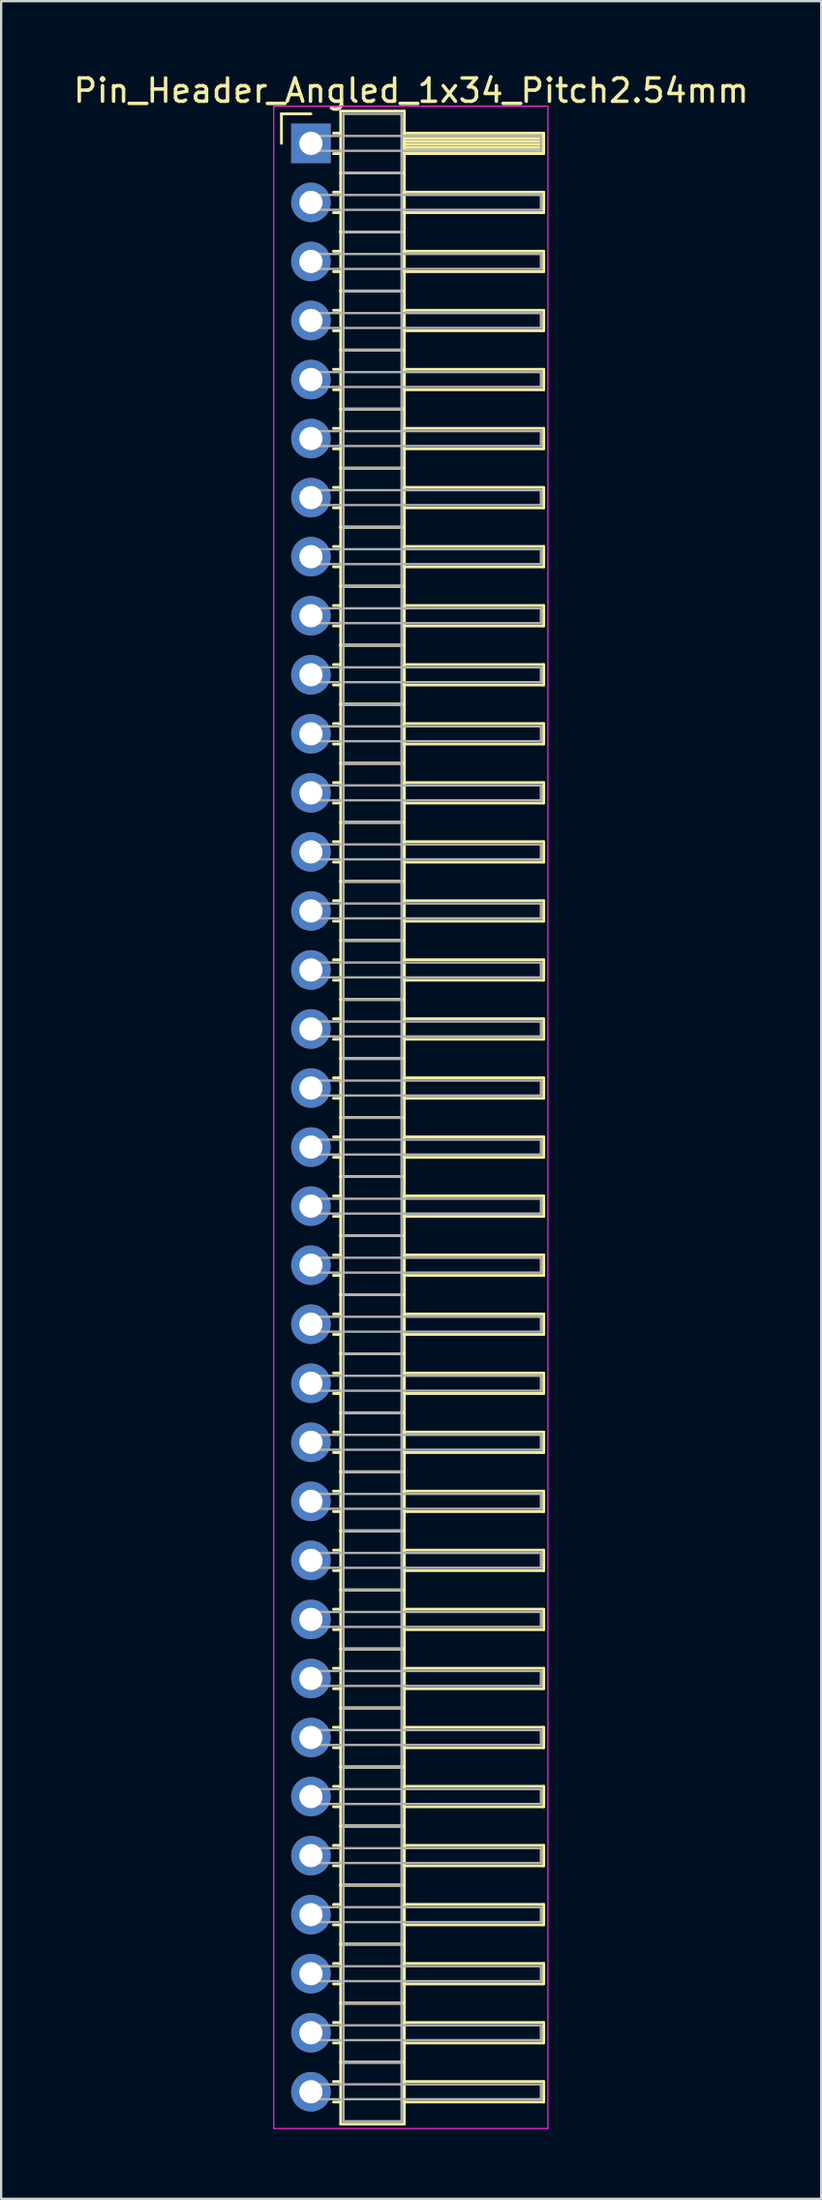
<source format=kicad_pcb>
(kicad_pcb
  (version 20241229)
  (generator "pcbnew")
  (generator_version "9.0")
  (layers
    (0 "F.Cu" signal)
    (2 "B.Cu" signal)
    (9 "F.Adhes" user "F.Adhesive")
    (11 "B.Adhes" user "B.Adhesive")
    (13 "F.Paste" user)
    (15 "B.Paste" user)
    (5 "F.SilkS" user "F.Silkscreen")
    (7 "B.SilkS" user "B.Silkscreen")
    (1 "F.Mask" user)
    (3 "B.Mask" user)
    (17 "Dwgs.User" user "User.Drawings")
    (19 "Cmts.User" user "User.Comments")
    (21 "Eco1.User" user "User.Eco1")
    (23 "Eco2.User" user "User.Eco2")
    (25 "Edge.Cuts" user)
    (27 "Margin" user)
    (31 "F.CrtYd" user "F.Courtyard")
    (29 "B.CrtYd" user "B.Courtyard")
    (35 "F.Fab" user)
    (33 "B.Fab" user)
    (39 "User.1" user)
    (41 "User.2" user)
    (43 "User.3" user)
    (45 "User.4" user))
  (footprint "Pin_Header_Angled_1x34_Pitch2.54mm"
    (layer "F.Cu")
    (at 10.334 3.118)
    (property "Reference" "Pin_Header_Angled_1x34_Pitch2.54mm" (at 4.315 -2.27 0) (layer "F.SilkS") (effects (font (size 1 1) (thickness 0.15))))
    (attr through_hole)
    (fp_line (start -1.27 -1.27) (end 0 -1.27) (stroke (width 0.12) (type solid)) (layer "F.SilkS"))
    (fp_line (start -1.27 0) (end -1.27 -1.27) (stroke (width 0.12) (type solid)) (layer "F.SilkS"))
    (fp_line (start 0.97 -0.44) (end 1.28 -0.44) (stroke (width 0.12) (type solid)) (layer "F.SilkS"))
    (fp_line (start 0.97 0.44) (end 1.28 0.44) (stroke (width 0.12) (type solid)) (layer "F.SilkS"))
    (fp_line (start 0.97 2.1) (end 1.28 2.1) (stroke (width 0.12) (type solid)) (layer "F.SilkS"))
    (fp_line (start 0.97 2.98) (end 1.28 2.98) (stroke (width 0.12) (type solid)) (layer "F.SilkS"))
    (fp_line (start 0.97 4.64) (end 1.28 4.64) (stroke (width 0.12) (type solid)) (layer "F.SilkS"))
    (fp_line (start 0.97 5.52) (end 1.28 5.52) (stroke (width 0.12) (type solid)) (layer "F.SilkS"))
    (fp_line (start 0.97 7.18) (end 1.28 7.18) (stroke (width 0.12) (type solid)) (layer "F.SilkS"))
    (fp_line (start 0.97 8.06) (end 1.28 8.06) (stroke (width 0.12) (type solid)) (layer "F.SilkS"))
    (fp_line (start 0.97 9.72) (end 1.28 9.72) (stroke (width 0.12) (type solid)) (layer "F.SilkS"))
    (fp_line (start 0.97 10.6) (end 1.28 10.6) (stroke (width 0.12) (type solid)) (layer "F.SilkS"))
    (fp_line (start 0.97 12.26) (end 1.28 12.26) (stroke (width 0.12) (type solid)) (layer "F.SilkS"))
    (fp_line (start 0.97 13.14) (end 1.28 13.14) (stroke (width 0.12) (type solid)) (layer "F.SilkS"))
    (fp_line (start 0.97 14.8) (end 1.28 14.8) (stroke (width 0.12) (type solid)) (layer "F.SilkS"))
    (fp_line (start 0.97 15.68) (end 1.28 15.68) (stroke (width 0.12) (type solid)) (layer "F.SilkS"))
    (fp_line (start 0.97 17.34) (end 1.28 17.34) (stroke (width 0.12) (type solid)) (layer "F.SilkS"))
    (fp_line (start 0.97 18.22) (end 1.28 18.22) (stroke (width 0.12) (type solid)) (layer "F.SilkS"))
    (fp_line (start 0.97 19.88) (end 1.28 19.88) (stroke (width 0.12) (type solid)) (layer "F.SilkS"))
    (fp_line (start 0.97 20.76) (end 1.28 20.76) (stroke (width 0.12) (type solid)) (layer "F.SilkS"))
    (fp_line (start 0.97 22.42) (end 1.28 22.42) (stroke (width 0.12) (type solid)) (layer "F.SilkS"))
    (fp_line (start 0.97 23.3) (end 1.28 23.3) (stroke (width 0.12) (type solid)) (layer "F.SilkS"))
    (fp_line (start 0.97 24.96) (end 1.28 24.96) (stroke (width 0.12) (type solid)) (layer "F.SilkS"))
    (fp_line (start 0.97 25.84) (end 1.28 25.84) (stroke (width 0.12) (type solid)) (layer "F.SilkS"))
    (fp_line (start 0.97 27.5) (end 1.28 27.5) (stroke (width 0.12) (type solid)) (layer "F.SilkS"))
    (fp_line (start 0.97 28.38) (end 1.28 28.38) (stroke (width 0.12) (type solid)) (layer "F.SilkS"))
    (fp_line (start 0.97 30.04) (end 1.28 30.04) (stroke (width 0.12) (type solid)) (layer "F.SilkS"))
    (fp_line (start 0.97 30.92) (end 1.28 30.92) (stroke (width 0.12) (type solid)) (layer "F.SilkS"))
    (fp_line (start 0.97 32.58) (end 1.28 32.58) (stroke (width 0.12) (type solid)) (layer "F.SilkS"))
    (fp_line (start 0.97 33.46) (end 1.28 33.46) (stroke (width 0.12) (type solid)) (layer "F.SilkS"))
    (fp_line (start 0.97 35.12) (end 1.28 35.12) (stroke (width 0.12) (type solid)) (layer "F.SilkS"))
    (fp_line (start 0.97 36) (end 1.28 36) (stroke (width 0.12) (type solid)) (layer "F.SilkS"))
    (fp_line (start 0.97 37.66) (end 1.28 37.66) (stroke (width 0.12) (type solid)) (layer "F.SilkS"))
    (fp_line (start 0.97 38.54) (end 1.28 38.54) (stroke (width 0.12) (type solid)) (layer "F.SilkS"))
    (fp_line (start 0.97 40.2) (end 1.28 40.2) (stroke (width 0.12) (type solid)) (layer "F.SilkS"))
    (fp_line (start 0.97 41.08) (end 1.28 41.08) (stroke (width 0.12) (type solid)) (layer "F.SilkS"))
    (fp_line (start 0.97 42.74) (end 1.28 42.74) (stroke (width 0.12) (type solid)) (layer "F.SilkS"))
    (fp_line (start 0.97 43.62) (end 1.28 43.62) (stroke (width 0.12) (type solid)) (layer "F.SilkS"))
    (fp_line (start 0.97 45.28) (end 1.28 45.28) (stroke (width 0.12) (type solid)) (layer "F.SilkS"))
    (fp_line (start 0.97 46.16) (end 1.28 46.16) (stroke (width 0.12) (type solid)) (layer "F.SilkS"))
    (fp_line (start 0.97 47.82) (end 1.28 47.82) (stroke (width 0.12) (type solid)) (layer "F.SilkS"))
    (fp_line (start 0.97 48.7) (end 1.28 48.7) (stroke (width 0.12) (type solid)) (layer "F.SilkS"))
    (fp_line (start 0.97 50.36) (end 1.28 50.36) (stroke (width 0.12) (type solid)) (layer "F.SilkS"))
    (fp_line (start 0.97 51.24) (end 1.28 51.24) (stroke (width 0.12) (type solid)) (layer "F.SilkS"))
    (fp_line (start 0.97 52.9) (end 1.28 52.9) (stroke (width 0.12) (type solid)) (layer "F.SilkS"))
    (fp_line (start 0.97 53.78) (end 1.28 53.78) (stroke (width 0.12) (type solid)) (layer "F.SilkS"))
    (fp_line (start 0.97 55.44) (end 1.28 55.44) (stroke (width 0.12) (type solid)) (layer "F.SilkS"))
    (fp_line (start 0.97 56.32) (end 1.28 56.32) (stroke (width 0.12) (type solid)) (layer "F.SilkS"))
    (fp_line (start 0.97 57.98) (end 1.28 57.98) (stroke (width 0.12) (type solid)) (layer "F.SilkS"))
    (fp_line (start 0.97 58.86) (end 1.28 58.86) (stroke (width 0.12) (type solid)) (layer "F.SilkS"))
    (fp_line (start 0.97 60.52) (end 1.28 60.52) (stroke (width 0.12) (type solid)) (layer "F.SilkS"))
    (fp_line (start 0.97 61.4) (end 1.28 61.4) (stroke (width 0.12) (type solid)) (layer "F.SilkS"))
    (fp_line (start 0.97 63.06) (end 1.28 63.06) (stroke (width 0.12) (type solid)) (layer "F.SilkS"))
    (fp_line (start 0.97 63.94) (end 1.28 63.94) (stroke (width 0.12) (type solid)) (layer "F.SilkS"))
    (fp_line (start 0.97 65.6) (end 1.28 65.6) (stroke (width 0.12) (type solid)) (layer "F.SilkS"))
    (fp_line (start 0.97 66.48) (end 1.28 66.48) (stroke (width 0.12) (type solid)) (layer "F.SilkS"))
    (fp_line (start 0.97 68.14) (end 1.28 68.14) (stroke (width 0.12) (type solid)) (layer "F.SilkS"))
    (fp_line (start 0.97 69.02) (end 1.28 69.02) (stroke (width 0.12) (type solid)) (layer "F.SilkS"))
    (fp_line (start 0.97 70.68) (end 1.28 70.68) (stroke (width 0.12) (type solid)) (layer "F.SilkS"))
    (fp_line (start 0.97 71.56) (end 1.28 71.56) (stroke (width 0.12) (type solid)) (layer "F.SilkS"))
    (fp_line (start 0.97 73.22) (end 1.28 73.22) (stroke (width 0.12) (type solid)) (layer "F.SilkS"))
    (fp_line (start 0.97 74.1) (end 1.28 74.1) (stroke (width 0.12) (type solid)) (layer "F.SilkS"))
    (fp_line (start 0.97 75.76) (end 1.28 75.76) (stroke (width 0.12) (type solid)) (layer "F.SilkS"))
    (fp_line (start 0.97 76.64) (end 1.28 76.64) (stroke (width 0.12) (type solid)) (layer "F.SilkS"))
    (fp_line (start 0.97 78.3) (end 1.28 78.3) (stroke (width 0.12) (type solid)) (layer "F.SilkS"))
    (fp_line (start 0.97 79.18) (end 1.28 79.18) (stroke (width 0.12) (type solid)) (layer "F.SilkS"))
    (fp_line (start 0.97 80.84) (end 1.28 80.84) (stroke (width 0.12) (type solid)) (layer "F.SilkS"))
    (fp_line (start 0.97 81.72) (end 1.28 81.72) (stroke (width 0.12) (type solid)) (layer "F.SilkS"))
    (fp_line (start 0.97 83.38) (end 1.28 83.38) (stroke (width 0.12) (type solid)) (layer "F.SilkS"))
    (fp_line (start 0.97 84.26) (end 1.28 84.26) (stroke (width 0.12) (type solid)) (layer "F.SilkS"))
    (fp_line (start 1.28 -1.39) (end 1.28 1.27) (stroke (width 0.12) (type solid)) (layer "F.SilkS"))
    (fp_line (start 1.28 1.27) (end 1.28 3.81) (stroke (width 0.12) (type solid)) (layer "F.SilkS"))
    (fp_line (start 1.28 1.27) (end 4.02 1.27) (stroke (width 0.12) (type solid)) (layer "F.SilkS"))
    (fp_line (start 1.28 3.81) (end 1.28 6.35) (stroke (width 0.12) (type solid)) (layer "F.SilkS"))
    (fp_line (start 1.28 3.81) (end 4.02 3.81) (stroke (width 0.12) (type solid)) (layer "F.SilkS"))
    (fp_line (start 1.28 6.35) (end 1.28 8.89) (stroke (width 0.12) (type solid)) (layer "F.SilkS"))
    (fp_line (start 1.28 6.35) (end 4.02 6.35) (stroke (width 0.12) (type solid)) (layer "F.SilkS"))
    (fp_line (start 1.28 8.89) (end 1.28 11.43) (stroke (width 0.12) (type solid)) (layer "F.SilkS"))
    (fp_line (start 1.28 8.89) (end 4.02 8.89) (stroke (width 0.12) (type solid)) (layer "F.SilkS"))
    (fp_line (start 1.28 11.43) (end 1.28 13.97) (stroke (width 0.12) (type solid)) (layer "F.SilkS"))
    (fp_line (start 1.28 11.43) (end 4.02 11.43) (stroke (width 0.12) (type solid)) (layer "F.SilkS"))
    (fp_line (start 1.28 13.97) (end 1.28 16.51) (stroke (width 0.12) (type solid)) (layer "F.SilkS"))
    (fp_line (start 1.28 13.97) (end 4.02 13.97) (stroke (width 0.12) (type solid)) (layer "F.SilkS"))
    (fp_line (start 1.28 16.51) (end 1.28 19.05) (stroke (width 0.12) (type solid)) (layer "F.SilkS"))
    (fp_line (start 1.28 16.51) (end 4.02 16.51) (stroke (width 0.12) (type solid)) (layer "F.SilkS"))
    (fp_line (start 1.28 19.05) (end 1.28 21.59) (stroke (width 0.12) (type solid)) (layer "F.SilkS"))
    (fp_line (start 1.28 19.05) (end 4.02 19.05) (stroke (width 0.12) (type solid)) (layer "F.SilkS"))
    (fp_line (start 1.28 21.59) (end 1.28 24.13) (stroke (width 0.12) (type solid)) (layer "F.SilkS"))
    (fp_line (start 1.28 21.59) (end 4.02 21.59) (stroke (width 0.12) (type solid)) (layer "F.SilkS"))
    (fp_line (start 1.28 24.13) (end 1.28 26.67) (stroke (width 0.12) (type solid)) (layer "F.SilkS"))
    (fp_line (start 1.28 24.13) (end 4.02 24.13) (stroke (width 0.12) (type solid)) (layer "F.SilkS"))
    (fp_line (start 1.28 26.67) (end 1.28 29.21) (stroke (width 0.12) (type solid)) (layer "F.SilkS"))
    (fp_line (start 1.28 26.67) (end 4.02 26.67) (stroke (width 0.12) (type solid)) (layer "F.SilkS"))
    (fp_line (start 1.28 29.21) (end 1.28 31.75) (stroke (width 0.12) (type solid)) (layer "F.SilkS"))
    (fp_line (start 1.28 29.21) (end 4.02 29.21) (stroke (width 0.12) (type solid)) (layer "F.SilkS"))
    (fp_line (start 1.28 31.75) (end 1.28 34.29) (stroke (width 0.12) (type solid)) (layer "F.SilkS"))
    (fp_line (start 1.28 31.75) (end 4.02 31.75) (stroke (width 0.12) (type solid)) (layer "F.SilkS"))
    (fp_line (start 1.28 34.29) (end 1.28 36.83) (stroke (width 0.12) (type solid)) (layer "F.SilkS"))
    (fp_line (start 1.28 34.29) (end 4.02 34.29) (stroke (width 0.12) (type solid)) (layer "F.SilkS"))
    (fp_line (start 1.28 36.83) (end 1.28 39.37) (stroke (width 0.12) (type solid)) (layer "F.SilkS"))
    (fp_line (start 1.28 36.83) (end 4.02 36.83) (stroke (width 0.12) (type solid)) (layer "F.SilkS"))
    (fp_line (start 1.28 39.37) (end 1.28 41.91) (stroke (width 0.12) (type solid)) (layer "F.SilkS"))
    (fp_line (start 1.28 39.37) (end 4.02 39.37) (stroke (width 0.12) (type solid)) (layer "F.SilkS"))
    (fp_line (start 1.28 41.91) (end 1.28 44.45) (stroke (width 0.12) (type solid)) (layer "F.SilkS"))
    (fp_line (start 1.28 41.91) (end 4.02 41.91) (stroke (width 0.12) (type solid)) (layer "F.SilkS"))
    (fp_line (start 1.28 44.45) (end 1.28 46.99) (stroke (width 0.12) (type solid)) (layer "F.SilkS"))
    (fp_line (start 1.28 44.45) (end 4.02 44.45) (stroke (width 0.12) (type solid)) (layer "F.SilkS"))
    (fp_line (start 1.28 46.99) (end 1.28 49.53) (stroke (width 0.12) (type solid)) (layer "F.SilkS"))
    (fp_line (start 1.28 46.99) (end 4.02 46.99) (stroke (width 0.12) (type solid)) (layer "F.SilkS"))
    (fp_line (start 1.28 49.53) (end 1.28 52.07) (stroke (width 0.12) (type solid)) (layer "F.SilkS"))
    (fp_line (start 1.28 49.53) (end 4.02 49.53) (stroke (width 0.12) (type solid)) (layer "F.SilkS"))
    (fp_line (start 1.28 52.07) (end 1.28 54.61) (stroke (width 0.12) (type solid)) (layer "F.SilkS"))
    (fp_line (start 1.28 52.07) (end 4.02 52.07) (stroke (width 0.12) (type solid)) (layer "F.SilkS"))
    (fp_line (start 1.28 54.61) (end 1.28 57.15) (stroke (width 0.12) (type solid)) (layer "F.SilkS"))
    (fp_line (start 1.28 54.61) (end 4.02 54.61) (stroke (width 0.12) (type solid)) (layer "F.SilkS"))
    (fp_line (start 1.28 57.15) (end 1.28 59.69) (stroke (width 0.12) (type solid)) (layer "F.SilkS"))
    (fp_line (start 1.28 57.15) (end 4.02 57.15) (stroke (width 0.12) (type solid)) (layer "F.SilkS"))
    (fp_line (start 1.28 59.69) (end 1.28 62.23) (stroke (width 0.12) (type solid)) (layer "F.SilkS"))
    (fp_line (start 1.28 59.69) (end 4.02 59.69) (stroke (width 0.12) (type solid)) (layer "F.SilkS"))
    (fp_line (start 1.28 62.23) (end 1.28 64.77) (stroke (width 0.12) (type solid)) (layer "F.SilkS"))
    (fp_line (start 1.28 62.23) (end 4.02 62.23) (stroke (width 0.12) (type solid)) (layer "F.SilkS"))
    (fp_line (start 1.28 64.77) (end 1.28 67.31) (stroke (width 0.12) (type solid)) (layer "F.SilkS"))
    (fp_line (start 1.28 64.77) (end 4.02 64.77) (stroke (width 0.12) (type solid)) (layer "F.SilkS"))
    (fp_line (start 1.28 67.31) (end 1.28 69.85) (stroke (width 0.12) (type solid)) (layer "F.SilkS"))
    (fp_line (start 1.28 67.31) (end 4.02 67.31) (stroke (width 0.12) (type solid)) (layer "F.SilkS"))
    (fp_line (start 1.28 69.85) (end 1.28 72.39) (stroke (width 0.12) (type solid)) (layer "F.SilkS"))
    (fp_line (start 1.28 69.85) (end 4.02 69.85) (stroke (width 0.12) (type solid)) (layer "F.SilkS"))
    (fp_line (start 1.28 72.39) (end 1.28 74.93) (stroke (width 0.12) (type solid)) (layer "F.SilkS"))
    (fp_line (start 1.28 72.39) (end 4.02 72.39) (stroke (width 0.12) (type solid)) (layer "F.SilkS"))
    (fp_line (start 1.28 74.93) (end 1.28 77.47) (stroke (width 0.12) (type solid)) (layer "F.SilkS"))
    (fp_line (start 1.28 74.93) (end 4.02 74.93) (stroke (width 0.12) (type solid)) (layer "F.SilkS"))
    (fp_line (start 1.28 77.47) (end 1.28 80.01) (stroke (width 0.12) (type solid)) (layer "F.SilkS"))
    (fp_line (start 1.28 77.47) (end 4.02 77.47) (stroke (width 0.12) (type solid)) (layer "F.SilkS"))
    (fp_line (start 1.28 80.01) (end 1.28 82.55) (stroke (width 0.12) (type solid)) (layer "F.SilkS"))
    (fp_line (start 1.28 80.01) (end 4.02 80.01) (stroke (width 0.12) (type solid)) (layer "F.SilkS"))
    (fp_line (start 1.28 82.55) (end 1.28 85.21) (stroke (width 0.12) (type solid)) (layer "F.SilkS"))
    (fp_line (start 1.28 82.55) (end 4.02 82.55) (stroke (width 0.12) (type solid)) (layer "F.SilkS"))
    (fp_line (start 1.28 85.21) (end 4.02 85.21) (stroke (width 0.12) (type solid)) (layer "F.SilkS"))
    (fp_line (start 4.02 -1.39) (end 1.28 -1.39) (stroke (width 0.12) (type solid)) (layer "F.SilkS"))
    (fp_line (start 4.02 -0.44) (end 4.02 0.44) (stroke (width 0.12) (type solid)) (layer "F.SilkS"))
    (fp_line (start 4.02 -0.32) (end 10.02 -0.32) (stroke (width 0.12) (type solid)) (layer "F.SilkS"))
    (fp_line (start 4.02 -0.2) (end 10.02 -0.2) (stroke (width 0.12) (type solid)) (layer "F.SilkS"))
    (fp_line (start 4.02 -0.08) (end 10.02 -0.08) (stroke (width 0.12) (type solid)) (layer "F.SilkS"))
    (fp_line (start 4.02 0.04) (end 10.02 0.04) (stroke (width 0.12) (type solid)) (layer "F.SilkS"))
    (fp_line (start 4.02 0.16) (end 10.02 0.16) (stroke (width 0.12) (type solid)) (layer "F.SilkS"))
    (fp_line (start 4.02 0.28) (end 10.02 0.28) (stroke (width 0.12) (type solid)) (layer "F.SilkS"))
    (fp_line (start 4.02 0.4) (end 10.02 0.4) (stroke (width 0.12) (type solid)) (layer "F.SilkS"))
    (fp_line (start 4.02 0.44) (end 10.02 0.44) (stroke (width 0.12) (type solid)) (layer "F.SilkS"))
    (fp_line (start 4.02 1.27) (end 1.28 1.27) (stroke (width 0.12) (type solid)) (layer "F.SilkS"))
    (fp_line (start 4.02 1.27) (end 4.02 -1.39) (stroke (width 0.12) (type solid)) (layer "F.SilkS"))
    (fp_line (start 4.02 2.1) (end 4.02 2.98) (stroke (width 0.12) (type solid)) (layer "F.SilkS"))
    (fp_line (start 4.02 2.98) (end 10.02 2.98) (stroke (width 0.12) (type solid)) (layer "F.SilkS"))
    (fp_line (start 4.02 3.81) (end 1.28 3.81) (stroke (width 0.12) (type solid)) (layer "F.SilkS"))
    (fp_line (start 4.02 3.81) (end 4.02 1.27) (stroke (width 0.12) (type solid)) (layer "F.SilkS"))
    (fp_line (start 4.02 4.64) (end 4.02 5.52) (stroke (width 0.12) (type solid)) (layer "F.SilkS"))
    (fp_line (start 4.02 5.52) (end 10.02 5.52) (stroke (width 0.12) (type solid)) (layer "F.SilkS"))
    (fp_line (start 4.02 6.35) (end 1.28 6.35) (stroke (width 0.12) (type solid)) (layer "F.SilkS"))
    (fp_line (start 4.02 6.35) (end 4.02 3.81) (stroke (width 0.12) (type solid)) (layer "F.SilkS"))
    (fp_line (start 4.02 7.18) (end 4.02 8.06) (stroke (width 0.12) (type solid)) (layer "F.SilkS"))
    (fp_line (start 4.02 8.06) (end 10.02 8.06) (stroke (width 0.12) (type solid)) (layer "F.SilkS"))
    (fp_line (start 4.02 8.89) (end 1.28 8.89) (stroke (width 0.12) (type solid)) (layer "F.SilkS"))
    (fp_line (start 4.02 8.89) (end 4.02 6.35) (stroke (width 0.12) (type solid)) (layer "F.SilkS"))
    (fp_line (start 4.02 9.72) (end 4.02 10.6) (stroke (width 0.12) (type solid)) (layer "F.SilkS"))
    (fp_line (start 4.02 10.6) (end 10.02 10.6) (stroke (width 0.12) (type solid)) (layer "F.SilkS"))
    (fp_line (start 4.02 11.43) (end 1.28 11.43) (stroke (width 0.12) (type solid)) (layer "F.SilkS"))
    (fp_line (start 4.02 11.43) (end 4.02 8.89) (stroke (width 0.12) (type solid)) (layer "F.SilkS"))
    (fp_line (start 4.02 12.26) (end 4.02 13.14) (stroke (width 0.12) (type solid)) (layer "F.SilkS"))
    (fp_line (start 4.02 13.14) (end 10.02 13.14) (stroke (width 0.12) (type solid)) (layer "F.SilkS"))
    (fp_line (start 4.02 13.97) (end 1.28 13.97) (stroke (width 0.12) (type solid)) (layer "F.SilkS"))
    (fp_line (start 4.02 13.97) (end 4.02 11.43) (stroke (width 0.12) (type solid)) (layer "F.SilkS"))
    (fp_line (start 4.02 14.8) (end 4.02 15.68) (stroke (width 0.12) (type solid)) (layer "F.SilkS"))
    (fp_line (start 4.02 15.68) (end 10.02 15.68) (stroke (width 0.12) (type solid)) (layer "F.SilkS"))
    (fp_line (start 4.02 16.51) (end 1.28 16.51) (stroke (width 0.12) (type solid)) (layer "F.SilkS"))
    (fp_line (start 4.02 16.51) (end 4.02 13.97) (stroke (width 0.12) (type solid)) (layer "F.SilkS"))
    (fp_line (start 4.02 17.34) (end 4.02 18.22) (stroke (width 0.12) (type solid)) (layer "F.SilkS"))
    (fp_line (start 4.02 18.22) (end 10.02 18.22) (stroke (width 0.12) (type solid)) (layer "F.SilkS"))
    (fp_line (start 4.02 19.05) (end 1.28 19.05) (stroke (width 0.12) (type solid)) (layer "F.SilkS"))
    (fp_line (start 4.02 19.05) (end 4.02 16.51) (stroke (width 0.12) (type solid)) (layer "F.SilkS"))
    (fp_line (start 4.02 19.88) (end 4.02 20.76) (stroke (width 0.12) (type solid)) (layer "F.SilkS"))
    (fp_line (start 4.02 20.76) (end 10.02 20.76) (stroke (width 0.12) (type solid)) (layer "F.SilkS"))
    (fp_line (start 4.02 21.59) (end 1.28 21.59) (stroke (width 0.12) (type solid)) (layer "F.SilkS"))
    (fp_line (start 4.02 21.59) (end 4.02 19.05) (stroke (width 0.12) (type solid)) (layer "F.SilkS"))
    (fp_line (start 4.02 22.42) (end 4.02 23.3) (stroke (width 0.12) (type solid)) (layer "F.SilkS"))
    (fp_line (start 4.02 23.3) (end 10.02 23.3) (stroke (width 0.12) (type solid)) (layer "F.SilkS"))
    (fp_line (start 4.02 24.13) (end 1.28 24.13) (stroke (width 0.12) (type solid)) (layer "F.SilkS"))
    (fp_line (start 4.02 24.13) (end 4.02 21.59) (stroke (width 0.12) (type solid)) (layer "F.SilkS"))
    (fp_line (start 4.02 24.96) (end 4.02 25.84) (stroke (width 0.12) (type solid)) (layer "F.SilkS"))
    (fp_line (start 4.02 25.84) (end 10.02 25.84) (stroke (width 0.12) (type solid)) (layer "F.SilkS"))
    (fp_line (start 4.02 26.67) (end 1.28 26.67) (stroke (width 0.12) (type solid)) (layer "F.SilkS"))
    (fp_line (start 4.02 26.67) (end 4.02 24.13) (stroke (width 0.12) (type solid)) (layer "F.SilkS"))
    (fp_line (start 4.02 27.5) (end 4.02 28.38) (stroke (width 0.12) (type solid)) (layer "F.SilkS"))
    (fp_line (start 4.02 28.38) (end 10.02 28.38) (stroke (width 0.12) (type solid)) (layer "F.SilkS"))
    (fp_line (start 4.02 29.21) (end 1.28 29.21) (stroke (width 0.12) (type solid)) (layer "F.SilkS"))
    (fp_line (start 4.02 29.21) (end 4.02 26.67) (stroke (width 0.12) (type solid)) (layer "F.SilkS"))
    (fp_line (start 4.02 30.04) (end 4.02 30.92) (stroke (width 0.12) (type solid)) (layer "F.SilkS"))
    (fp_line (start 4.02 30.92) (end 10.02 30.92) (stroke (width 0.12) (type solid)) (layer "F.SilkS"))
    (fp_line (start 4.02 31.75) (end 1.28 31.75) (stroke (width 0.12) (type solid)) (layer "F.SilkS"))
    (fp_line (start 4.02 31.75) (end 4.02 29.21) (stroke (width 0.12) (type solid)) (layer "F.SilkS"))
    (fp_line (start 4.02 32.58) (end 4.02 33.46) (stroke (width 0.12) (type solid)) (layer "F.SilkS"))
    (fp_line (start 4.02 33.46) (end 10.02 33.46) (stroke (width 0.12) (type solid)) (layer "F.SilkS"))
    (fp_line (start 4.02 34.29) (end 1.28 34.29) (stroke (width 0.12) (type solid)) (layer "F.SilkS"))
    (fp_line (start 4.02 34.29) (end 4.02 31.75) (stroke (width 0.12) (type solid)) (layer "F.SilkS"))
    (fp_line (start 4.02 35.12) (end 4.02 36) (stroke (width 0.12) (type solid)) (layer "F.SilkS"))
    (fp_line (start 4.02 36) (end 10.02 36) (stroke (width 0.12) (type solid)) (layer "F.SilkS"))
    (fp_line (start 4.02 36.83) (end 1.28 36.83) (stroke (width 0.12) (type solid)) (layer "F.SilkS"))
    (fp_line (start 4.02 36.83) (end 4.02 34.29) (stroke (width 0.12) (type solid)) (layer "F.SilkS"))
    (fp_line (start 4.02 37.66) (end 4.02 38.54) (stroke (width 0.12) (type solid)) (layer "F.SilkS"))
    (fp_line (start 4.02 38.54) (end 10.02 38.54) (stroke (width 0.12) (type solid)) (layer "F.SilkS"))
    (fp_line (start 4.02 39.37) (end 1.28 39.37) (stroke (width 0.12) (type solid)) (layer "F.SilkS"))
    (fp_line (start 4.02 39.37) (end 4.02 36.83) (stroke (width 0.12) (type solid)) (layer "F.SilkS"))
    (fp_line (start 4.02 40.2) (end 4.02 41.08) (stroke (width 0.12) (type solid)) (layer "F.SilkS"))
    (fp_line (start 4.02 41.08) (end 10.02 41.08) (stroke (width 0.12) (type solid)) (layer "F.SilkS"))
    (fp_line (start 4.02 41.91) (end 1.28 41.91) (stroke (width 0.12) (type solid)) (layer "F.SilkS"))
    (fp_line (start 4.02 41.91) (end 4.02 39.37) (stroke (width 0.12) (type solid)) (layer "F.SilkS"))
    (fp_line (start 4.02 42.74) (end 4.02 43.62) (stroke (width 0.12) (type solid)) (layer "F.SilkS"))
    (fp_line (start 4.02 43.62) (end 10.02 43.62) (stroke (width 0.12) (type solid)) (layer "F.SilkS"))
    (fp_line (start 4.02 44.45) (end 1.28 44.45) (stroke (width 0.12) (type solid)) (layer "F.SilkS"))
    (fp_line (start 4.02 44.45) (end 4.02 41.91) (stroke (width 0.12) (type solid)) (layer "F.SilkS"))
    (fp_line (start 4.02 45.28) (end 4.02 46.16) (stroke (width 0.12) (type solid)) (layer "F.SilkS"))
    (fp_line (start 4.02 46.16) (end 10.02 46.16) (stroke (width 0.12) (type solid)) (layer "F.SilkS"))
    (fp_line (start 4.02 46.99) (end 1.28 46.99) (stroke (width 0.12) (type solid)) (layer "F.SilkS"))
    (fp_line (start 4.02 46.99) (end 4.02 44.45) (stroke (width 0.12) (type solid)) (layer "F.SilkS"))
    (fp_line (start 4.02 47.82) (end 4.02 48.7) (stroke (width 0.12) (type solid)) (layer "F.SilkS"))
    (fp_line (start 4.02 48.7) (end 10.02 48.7) (stroke (width 0.12) (type solid)) (layer "F.SilkS"))
    (fp_line (start 4.02 49.53) (end 1.28 49.53) (stroke (width 0.12) (type solid)) (layer "F.SilkS"))
    (fp_line (start 4.02 49.53) (end 4.02 46.99) (stroke (width 0.12) (type solid)) (layer "F.SilkS"))
    (fp_line (start 4.02 50.36) (end 4.02 51.24) (stroke (width 0.12) (type solid)) (layer "F.SilkS"))
    (fp_line (start 4.02 51.24) (end 10.02 51.24) (stroke (width 0.12) (type solid)) (layer "F.SilkS"))
    (fp_line (start 4.02 52.07) (end 1.28 52.07) (stroke (width 0.12) (type solid)) (layer "F.SilkS"))
    (fp_line (start 4.02 52.07) (end 4.02 49.53) (stroke (width 0.12) (type solid)) (layer "F.SilkS"))
    (fp_line (start 4.02 52.9) (end 4.02 53.78) (stroke (width 0.12) (type solid)) (layer "F.SilkS"))
    (fp_line (start 4.02 53.78) (end 10.02 53.78) (stroke (width 0.12) (type solid)) (layer "F.SilkS"))
    (fp_line (start 4.02 54.61) (end 1.28 54.61) (stroke (width 0.12) (type solid)) (layer "F.SilkS"))
    (fp_line (start 4.02 54.61) (end 4.02 52.07) (stroke (width 0.12) (type solid)) (layer "F.SilkS"))
    (fp_line (start 4.02 55.44) (end 4.02 56.32) (stroke (width 0.12) (type solid)) (layer "F.SilkS"))
    (fp_line (start 4.02 56.32) (end 10.02 56.32) (stroke (width 0.12) (type solid)) (layer "F.SilkS"))
    (fp_line (start 4.02 57.15) (end 1.28 57.15) (stroke (width 0.12) (type solid)) (layer "F.SilkS"))
    (fp_line (start 4.02 57.15) (end 4.02 54.61) (stroke (width 0.12) (type solid)) (layer "F.SilkS"))
    (fp_line (start 4.02 57.98) (end 4.02 58.86) (stroke (width 0.12) (type solid)) (layer "F.SilkS"))
    (fp_line (start 4.02 58.86) (end 10.02 58.86) (stroke (width 0.12) (type solid)) (layer "F.SilkS"))
    (fp_line (start 4.02 59.69) (end 1.28 59.69) (stroke (width 0.12) (type solid)) (layer "F.SilkS"))
    (fp_line (start 4.02 59.69) (end 4.02 57.15) (stroke (width 0.12) (type solid)) (layer "F.SilkS"))
    (fp_line (start 4.02 60.52) (end 4.02 61.4) (stroke (width 0.12) (type solid)) (layer "F.SilkS"))
    (fp_line (start 4.02 61.4) (end 10.02 61.4) (stroke (width 0.12) (type solid)) (layer "F.SilkS"))
    (fp_line (start 4.02 62.23) (end 1.28 62.23) (stroke (width 0.12) (type solid)) (layer "F.SilkS"))
    (fp_line (start 4.02 62.23) (end 4.02 59.69) (stroke (width 0.12) (type solid)) (layer "F.SilkS"))
    (fp_line (start 4.02 63.06) (end 4.02 63.94) (stroke (width 0.12) (type solid)) (layer "F.SilkS"))
    (fp_line (start 4.02 63.94) (end 10.02 63.94) (stroke (width 0.12) (type solid)) (layer "F.SilkS"))
    (fp_line (start 4.02 64.77) (end 1.28 64.77) (stroke (width 0.12) (type solid)) (layer "F.SilkS"))
    (fp_line (start 4.02 64.77) (end 4.02 62.23) (stroke (width 0.12) (type solid)) (layer "F.SilkS"))
    (fp_line (start 4.02 65.6) (end 4.02 66.48) (stroke (width 0.12) (type solid)) (layer "F.SilkS"))
    (fp_line (start 4.02 66.48) (end 10.02 66.48) (stroke (width 0.12) (type solid)) (layer "F.SilkS"))
    (fp_line (start 4.02 67.31) (end 1.28 67.31) (stroke (width 0.12) (type solid)) (layer "F.SilkS"))
    (fp_line (start 4.02 67.31) (end 4.02 64.77) (stroke (width 0.12) (type solid)) (layer "F.SilkS"))
    (fp_line (start 4.02 68.14) (end 4.02 69.02) (stroke (width 0.12) (type solid)) (layer "F.SilkS"))
    (fp_line (start 4.02 69.02) (end 10.02 69.02) (stroke (width 0.12) (type solid)) (layer "F.SilkS"))
    (fp_line (start 4.02 69.85) (end 1.28 69.85) (stroke (width 0.12) (type solid)) (layer "F.SilkS"))
    (fp_line (start 4.02 69.85) (end 4.02 67.31) (stroke (width 0.12) (type solid)) (layer "F.SilkS"))
    (fp_line (start 4.02 70.68) (end 4.02 71.56) (stroke (width 0.12) (type solid)) (layer "F.SilkS"))
    (fp_line (start 4.02 71.56) (end 10.02 71.56) (stroke (width 0.12) (type solid)) (layer "F.SilkS"))
    (fp_line (start 4.02 72.39) (end 1.28 72.39) (stroke (width 0.12) (type solid)) (layer "F.SilkS"))
    (fp_line (start 4.02 72.39) (end 4.02 69.85) (stroke (width 0.12) (type solid)) (layer "F.SilkS"))
    (fp_line (start 4.02 73.22) (end 4.02 74.1) (stroke (width 0.12) (type solid)) (layer "F.SilkS"))
    (fp_line (start 4.02 74.1) (end 10.02 74.1) (stroke (width 0.12) (type solid)) (layer "F.SilkS"))
    (fp_line (start 4.02 74.93) (end 1.28 74.93) (stroke (width 0.12) (type solid)) (layer "F.SilkS"))
    (fp_line (start 4.02 74.93) (end 4.02 72.39) (stroke (width 0.12) (type solid)) (layer "F.SilkS"))
    (fp_line (start 4.02 75.76) (end 4.02 76.64) (stroke (width 0.12) (type solid)) (layer "F.SilkS"))
    (fp_line (start 4.02 76.64) (end 10.02 76.64) (stroke (width 0.12) (type solid)) (layer "F.SilkS"))
    (fp_line (start 4.02 77.47) (end 1.28 77.47) (stroke (width 0.12) (type solid)) (layer "F.SilkS"))
    (fp_line (start 4.02 77.47) (end 4.02 74.93) (stroke (width 0.12) (type solid)) (layer "F.SilkS"))
    (fp_line (start 4.02 78.3) (end 4.02 79.18) (stroke (width 0.12) (type solid)) (layer "F.SilkS"))
    (fp_line (start 4.02 79.18) (end 10.02 79.18) (stroke (width 0.12) (type solid)) (layer "F.SilkS"))
    (fp_line (start 4.02 80.01) (end 1.28 80.01) (stroke (width 0.12) (type solid)) (layer "F.SilkS"))
    (fp_line (start 4.02 80.01) (end 4.02 77.47) (stroke (width 0.12) (type solid)) (layer "F.SilkS"))
    (fp_line (start 4.02 80.84) (end 4.02 81.72) (stroke (width 0.12) (type solid)) (layer "F.SilkS"))
    (fp_line (start 4.02 81.72) (end 10.02 81.72) (stroke (width 0.12) (type solid)) (layer "F.SilkS"))
    (fp_line (start 4.02 82.55) (end 1.28 82.55) (stroke (width 0.12) (type solid)) (layer "F.SilkS"))
    (fp_line (start 4.02 82.55) (end 4.02 80.01) (stroke (width 0.12) (type solid)) (layer "F.SilkS"))
    (fp_line (start 4.02 83.38) (end 4.02 84.26) (stroke (width 0.12) (type solid)) (layer "F.SilkS"))
    (fp_line (start 4.02 84.26) (end 10.02 84.26) (stroke (width 0.12) (type solid)) (layer "F.SilkS"))
    (fp_line (start 4.02 85.21) (end 4.02 82.55) (stroke (width 0.12) (type solid)) (layer "F.SilkS"))
    (fp_line (start 10.02 -0.44) (end 4.02 -0.44) (stroke (width 0.12) (type solid)) (layer "F.SilkS"))
    (fp_line (start 10.02 0.44) (end 10.02 -0.44) (stroke (width 0.12) (type solid)) (layer "F.SilkS"))
    (fp_line (start 10.02 2.1) (end 4.02 2.1) (stroke (width 0.12) (type solid)) (layer "F.SilkS"))
    (fp_line (start 10.02 2.98) (end 10.02 2.1) (stroke (width 0.12) (type solid)) (layer "F.SilkS"))
    (fp_line (start 10.02 4.64) (end 4.02 4.64) (stroke (width 0.12) (type solid)) (layer "F.SilkS"))
    (fp_line (start 10.02 5.52) (end 10.02 4.64) (stroke (width 0.12) (type solid)) (layer "F.SilkS"))
    (fp_line (start 10.02 7.18) (end 4.02 7.18) (stroke (width 0.12) (type solid)) (layer "F.SilkS"))
    (fp_line (start 10.02 8.06) (end 10.02 7.18) (stroke (width 0.12) (type solid)) (layer "F.SilkS"))
    (fp_line (start 10.02 9.72) (end 4.02 9.72) (stroke (width 0.12) (type solid)) (layer "F.SilkS"))
    (fp_line (start 10.02 10.6) (end 10.02 9.72) (stroke (width 0.12) (type solid)) (layer "F.SilkS"))
    (fp_line (start 10.02 12.26) (end 4.02 12.26) (stroke (width 0.12) (type solid)) (layer "F.SilkS"))
    (fp_line (start 10.02 13.14) (end 10.02 12.26) (stroke (width 0.12) (type solid)) (layer "F.SilkS"))
    (fp_line (start 10.02 14.8) (end 4.02 14.8) (stroke (width 0.12) (type solid)) (layer "F.SilkS"))
    (fp_line (start 10.02 15.68) (end 10.02 14.8) (stroke (width 0.12) (type solid)) (layer "F.SilkS"))
    (fp_line (start 10.02 17.34) (end 4.02 17.34) (stroke (width 0.12) (type solid)) (layer "F.SilkS"))
    (fp_line (start 10.02 18.22) (end 10.02 17.34) (stroke (width 0.12) (type solid)) (layer "F.SilkS"))
    (fp_line (start 10.02 19.88) (end 4.02 19.88) (stroke (width 0.12) (type solid)) (layer "F.SilkS"))
    (fp_line (start 10.02 20.76) (end 10.02 19.88) (stroke (width 0.12) (type solid)) (layer "F.SilkS"))
    (fp_line (start 10.02 22.42) (end 4.02 22.42) (stroke (width 0.12) (type solid)) (layer "F.SilkS"))
    (fp_line (start 10.02 23.3) (end 10.02 22.42) (stroke (width 0.12) (type solid)) (layer "F.SilkS"))
    (fp_line (start 10.02 24.96) (end 4.02 24.96) (stroke (width 0.12) (type solid)) (layer "F.SilkS"))
    (fp_line (start 10.02 25.84) (end 10.02 24.96) (stroke (width 0.12) (type solid)) (layer "F.SilkS"))
    (fp_line (start 10.02 27.5) (end 4.02 27.5) (stroke (width 0.12) (type solid)) (layer "F.SilkS"))
    (fp_line (start 10.02 28.38) (end 10.02 27.5) (stroke (width 0.12) (type solid)) (layer "F.SilkS"))
    (fp_line (start 10.02 30.04) (end 4.02 30.04) (stroke (width 0.12) (type solid)) (layer "F.SilkS"))
    (fp_line (start 10.02 30.92) (end 10.02 30.04) (stroke (width 0.12) (type solid)) (layer "F.SilkS"))
    (fp_line (start 10.02 32.58) (end 4.02 32.58) (stroke (width 0.12) (type solid)) (layer "F.SilkS"))
    (fp_line (start 10.02 33.46) (end 10.02 32.58) (stroke (width 0.12) (type solid)) (layer "F.SilkS"))
    (fp_line (start 10.02 35.12) (end 4.02 35.12) (stroke (width 0.12) (type solid)) (layer "F.SilkS"))
    (fp_line (start 10.02 36) (end 10.02 35.12) (stroke (width 0.12) (type solid)) (layer "F.SilkS"))
    (fp_line (start 10.02 37.66) (end 4.02 37.66) (stroke (width 0.12) (type solid)) (layer "F.SilkS"))
    (fp_line (start 10.02 38.54) (end 10.02 37.66) (stroke (width 0.12) (type solid)) (layer "F.SilkS"))
    (fp_line (start 10.02 40.2) (end 4.02 40.2) (stroke (width 0.12) (type solid)) (layer "F.SilkS"))
    (fp_line (start 10.02 41.08) (end 10.02 40.2) (stroke (width 0.12) (type solid)) (layer "F.SilkS"))
    (fp_line (start 10.02 42.74) (end 4.02 42.74) (stroke (width 0.12) (type solid)) (layer "F.SilkS"))
    (fp_line (start 10.02 43.62) (end 10.02 42.74) (stroke (width 0.12) (type solid)) (layer "F.SilkS"))
    (fp_line (start 10.02 45.28) (end 4.02 45.28) (stroke (width 0.12) (type solid)) (layer "F.SilkS"))
    (fp_line (start 10.02 46.16) (end 10.02 45.28) (stroke (width 0.12) (type solid)) (layer "F.SilkS"))
    (fp_line (start 10.02 47.82) (end 4.02 47.82) (stroke (width 0.12) (type solid)) (layer "F.SilkS"))
    (fp_line (start 10.02 48.7) (end 10.02 47.82) (stroke (width 0.12) (type solid)) (layer "F.SilkS"))
    (fp_line (start 10.02 50.36) (end 4.02 50.36) (stroke (width 0.12) (type solid)) (layer "F.SilkS"))
    (fp_line (start 10.02 51.24) (end 10.02 50.36) (stroke (width 0.12) (type solid)) (layer "F.SilkS"))
    (fp_line (start 10.02 52.9) (end 4.02 52.9) (stroke (width 0.12) (type solid)) (layer "F.SilkS"))
    (fp_line (start 10.02 53.78) (end 10.02 52.9) (stroke (width 0.12) (type solid)) (layer "F.SilkS"))
    (fp_line (start 10.02 55.44) (end 4.02 55.44) (stroke (width 0.12) (type solid)) (layer "F.SilkS"))
    (fp_line (start 10.02 56.32) (end 10.02 55.44) (stroke (width 0.12) (type solid)) (layer "F.SilkS"))
    (fp_line (start 10.02 57.98) (end 4.02 57.98) (stroke (width 0.12) (type solid)) (layer "F.SilkS"))
    (fp_line (start 10.02 58.86) (end 10.02 57.98) (stroke (width 0.12) (type solid)) (layer "F.SilkS"))
    (fp_line (start 10.02 60.52) (end 4.02 60.52) (stroke (width 0.12) (type solid)) (layer "F.SilkS"))
    (fp_line (start 10.02 61.4) (end 10.02 60.52) (stroke (width 0.12) (type solid)) (layer "F.SilkS"))
    (fp_line (start 10.02 63.06) (end 4.02 63.06) (stroke (width 0.12) (type solid)) (layer "F.SilkS"))
    (fp_line (start 10.02 63.94) (end 10.02 63.06) (stroke (width 0.12) (type solid)) (layer "F.SilkS"))
    (fp_line (start 10.02 65.6) (end 4.02 65.6) (stroke (width 0.12) (type solid)) (layer "F.SilkS"))
    (fp_line (start 10.02 66.48) (end 10.02 65.6) (stroke (width 0.12) (type solid)) (layer "F.SilkS"))
    (fp_line (start 10.02 68.14) (end 4.02 68.14) (stroke (width 0.12) (type solid)) (layer "F.SilkS"))
    (fp_line (start 10.02 69.02) (end 10.02 68.14) (stroke (width 0.12) (type solid)) (layer "F.SilkS"))
    (fp_line (start 10.02 70.68) (end 4.02 70.68) (stroke (width 0.12) (type solid)) (layer "F.SilkS"))
    (fp_line (start 10.02 71.56) (end 10.02 70.68) (stroke (width 0.12) (type solid)) (layer "F.SilkS"))
    (fp_line (start 10.02 73.22) (end 4.02 73.22) (stroke (width 0.12) (type solid)) (layer "F.SilkS"))
    (fp_line (start 10.02 74.1) (end 10.02 73.22) (stroke (width 0.12) (type solid)) (layer "F.SilkS"))
    (fp_line (start 10.02 75.76) (end 4.02 75.76) (stroke (width 0.12) (type solid)) (layer "F.SilkS"))
    (fp_line (start 10.02 76.64) (end 10.02 75.76) (stroke (width 0.12) (type solid)) (layer "F.SilkS"))
    (fp_line (start 10.02 78.3) (end 4.02 78.3) (stroke (width 0.12) (type solid)) (layer "F.SilkS"))
    (fp_line (start 10.02 79.18) (end 10.02 78.3) (stroke (width 0.12) (type solid)) (layer "F.SilkS"))
    (fp_line (start 10.02 80.84) (end 4.02 80.84) (stroke (width 0.12) (type solid)) (layer "F.SilkS"))
    (fp_line (start 10.02 81.72) (end 10.02 80.84) (stroke (width 0.12) (type solid)) (layer "F.SilkS"))
    (fp_line (start 10.02 83.38) (end 4.02 83.38) (stroke (width 0.12) (type solid)) (layer "F.SilkS"))
    (fp_line (start 10.02 84.26) (end 10.02 83.38) (stroke (width 0.12) (type solid)) (layer "F.SilkS"))
    (fp_line (start -1.6 -1.6) (end -1.6 85.4) (stroke (width 0.05) (type solid)) (layer "F.CrtYd"))
    (fp_line (start -1.6 85.4) (end 10.2 85.4) (stroke (width 0.05) (type solid)) (layer "F.CrtYd"))
    (fp_line (start 10.2 -1.6) (end -1.6 -1.6) (stroke (width 0.05) (type solid)) (layer "F.CrtYd"))
    (fp_line (start 10.2 85.4) (end 10.2 -1.6) (stroke (width 0.05) (type solid)) (layer "F.CrtYd"))
    (fp_line (start 0 -0.32) (end 0 0.32) (stroke (width 0.1) (type solid)) (layer "F.Fab"))
    (fp_line (start 0 0.32) (end 9.9 0.32) (stroke (width 0.1) (type solid)) (layer "F.Fab"))
    (fp_line (start 0 2.22) (end 0 2.86) (stroke (width 0.1) (type solid)) (layer "F.Fab"))
    (fp_line (start 0 2.86) (end 9.9 2.86) (stroke (width 0.1) (type solid)) (layer "F.Fab"))
    (fp_line (start 0 4.76) (end 0 5.4) (stroke (width 0.1) (type solid)) (layer "F.Fab"))
    (fp_line (start 0 5.4) (end 9.9 5.4) (stroke (width 0.1) (type solid)) (layer "F.Fab"))
    (fp_line (start 0 7.3) (end 0 7.94) (stroke (width 0.1) (type solid)) (layer "F.Fab"))
    (fp_line (start 0 7.94) (end 9.9 7.94) (stroke (width 0.1) (type solid)) (layer "F.Fab"))
    (fp_line (start 0 9.84) (end 0 10.48) (stroke (width 0.1) (type solid)) (layer "F.Fab"))
    (fp_line (start 0 10.48) (end 9.9 10.48) (stroke (width 0.1) (type solid)) (layer "F.Fab"))
    (fp_line (start 0 12.38) (end 0 13.02) (stroke (width 0.1) (type solid)) (layer "F.Fab"))
    (fp_line (start 0 13.02) (end 9.9 13.02) (stroke (width 0.1) (type solid)) (layer "F.Fab"))
    (fp_line (start 0 14.92) (end 0 15.56) (stroke (width 0.1) (type solid)) (layer "F.Fab"))
    (fp_line (start 0 15.56) (end 9.9 15.56) (stroke (width 0.1) (type solid)) (layer "F.Fab"))
    (fp_line (start 0 17.46) (end 0 18.1) (stroke (width 0.1) (type solid)) (layer "F.Fab"))
    (fp_line (start 0 18.1) (end 9.9 18.1) (stroke (width 0.1) (type solid)) (layer "F.Fab"))
    (fp_line (start 0 20) (end 0 20.64) (stroke (width 0.1) (type solid)) (layer "F.Fab"))
    (fp_line (start 0 20.64) (end 9.9 20.64) (stroke (width 0.1) (type solid)) (layer "F.Fab"))
    (fp_line (start 0 22.54) (end 0 23.18) (stroke (width 0.1) (type solid)) (layer "F.Fab"))
    (fp_line (start 0 23.18) (end 9.9 23.18) (stroke (width 0.1) (type solid)) (layer "F.Fab"))
    (fp_line (start 0 25.08) (end 0 25.72) (stroke (width 0.1) (type solid)) (layer "F.Fab"))
    (fp_line (start 0 25.72) (end 9.9 25.72) (stroke (width 0.1) (type solid)) (layer "F.Fab"))
    (fp_line (start 0 27.62) (end 0 28.26) (stroke (width 0.1) (type solid)) (layer "F.Fab"))
    (fp_line (start 0 28.26) (end 9.9 28.26) (stroke (width 0.1) (type solid)) (layer "F.Fab"))
    (fp_line (start 0 30.16) (end 0 30.8) (stroke (width 0.1) (type solid)) (layer "F.Fab"))
    (fp_line (start 0 30.8) (end 9.9 30.8) (stroke (width 0.1) (type solid)) (layer "F.Fab"))
    (fp_line (start 0 32.7) (end 0 33.34) (stroke (width 0.1) (type solid)) (layer "F.Fab"))
    (fp_line (start 0 33.34) (end 9.9 33.34) (stroke (width 0.1) (type solid)) (layer "F.Fab"))
    (fp_line (start 0 35.24) (end 0 35.88) (stroke (width 0.1) (type solid)) (layer "F.Fab"))
    (fp_line (start 0 35.88) (end 9.9 35.88) (stroke (width 0.1) (type solid)) (layer "F.Fab"))
    (fp_line (start 0 37.78) (end 0 38.42) (stroke (width 0.1) (type solid)) (layer "F.Fab"))
    (fp_line (start 0 38.42) (end 9.9 38.42) (stroke (width 0.1) (type solid)) (layer "F.Fab"))
    (fp_line (start 0 40.32) (end 0 40.96) (stroke (width 0.1) (type solid)) (layer "F.Fab"))
    (fp_line (start 0 40.96) (end 9.9 40.96) (stroke (width 0.1) (type solid)) (layer "F.Fab"))
    (fp_line (start 0 42.86) (end 0 43.5) (stroke (width 0.1) (type solid)) (layer "F.Fab"))
    (fp_line (start 0 43.5) (end 9.9 43.5) (stroke (width 0.1) (type solid)) (layer "F.Fab"))
    (fp_line (start 0 45.4) (end 0 46.04) (stroke (width 0.1) (type solid)) (layer "F.Fab"))
    (fp_line (start 0 46.04) (end 9.9 46.04) (stroke (width 0.1) (type solid)) (layer "F.Fab"))
    (fp_line (start 0 47.94) (end 0 48.58) (stroke (width 0.1) (type solid)) (layer "F.Fab"))
    (fp_line (start 0 48.58) (end 9.9 48.58) (stroke (width 0.1) (type solid)) (layer "F.Fab"))
    (fp_line (start 0 50.48) (end 0 51.12) (stroke (width 0.1) (type solid)) (layer "F.Fab"))
    (fp_line (start 0 51.12) (end 9.9 51.12) (stroke (width 0.1) (type solid)) (layer "F.Fab"))
    (fp_line (start 0 53.02) (end 0 53.66) (stroke (width 0.1) (type solid)) (layer "F.Fab"))
    (fp_line (start 0 53.66) (end 9.9 53.66) (stroke (width 0.1) (type solid)) (layer "F.Fab"))
    (fp_line (start 0 55.56) (end 0 56.2) (stroke (width 0.1) (type solid)) (layer "F.Fab"))
    (fp_line (start 0 56.2) (end 9.9 56.2) (stroke (width 0.1) (type solid)) (layer "F.Fab"))
    (fp_line (start 0 58.1) (end 0 58.74) (stroke (width 0.1) (type solid)) (layer "F.Fab"))
    (fp_line (start 0 58.74) (end 9.9 58.74) (stroke (width 0.1) (type solid)) (layer "F.Fab"))
    (fp_line (start 0 60.64) (end 0 61.28) (stroke (width 0.1) (type solid)) (layer "F.Fab"))
    (fp_line (start 0 61.28) (end 9.9 61.28) (stroke (width 0.1) (type solid)) (layer "F.Fab"))
    (fp_line (start 0 63.18) (end 0 63.82) (stroke (width 0.1) (type solid)) (layer "F.Fab"))
    (fp_line (start 0 63.82) (end 9.9 63.82) (stroke (width 0.1) (type solid)) (layer "F.Fab"))
    (fp_line (start 0 65.72) (end 0 66.36) (stroke (width 0.1) (type solid)) (layer "F.Fab"))
    (fp_line (start 0 66.36) (end 9.9 66.36) (stroke (width 0.1) (type solid)) (layer "F.Fab"))
    (fp_line (start 0 68.26) (end 0 68.9) (stroke (width 0.1) (type solid)) (layer "F.Fab"))
    (fp_line (start 0 68.9) (end 9.9 68.9) (stroke (width 0.1) (type solid)) (layer "F.Fab"))
    (fp_line (start 0 70.8) (end 0 71.44) (stroke (width 0.1) (type solid)) (layer "F.Fab"))
    (fp_line (start 0 71.44) (end 9.9 71.44) (stroke (width 0.1) (type solid)) (layer "F.Fab"))
    (fp_line (start 0 73.34) (end 0 73.98) (stroke (width 0.1) (type solid)) (layer "F.Fab"))
    (fp_line (start 0 73.98) (end 9.9 73.98) (stroke (width 0.1) (type solid)) (layer "F.Fab"))
    (fp_line (start 0 75.88) (end 0 76.52) (stroke (width 0.1) (type solid)) (layer "F.Fab"))
    (fp_line (start 0 76.52) (end 9.9 76.52) (stroke (width 0.1) (type solid)) (layer "F.Fab"))
    (fp_line (start 0 78.42) (end 0 79.06) (stroke (width 0.1) (type solid)) (layer "F.Fab"))
    (fp_line (start 0 79.06) (end 9.9 79.06) (stroke (width 0.1) (type solid)) (layer "F.Fab"))
    (fp_line (start 0 80.96) (end 0 81.6) (stroke (width 0.1) (type solid)) (layer "F.Fab"))
    (fp_line (start 0 81.6) (end 9.9 81.6) (stroke (width 0.1) (type solid)) (layer "F.Fab"))
    (fp_line (start 0 83.5) (end 0 84.14) (stroke (width 0.1) (type solid)) (layer "F.Fab"))
    (fp_line (start 0 84.14) (end 9.9 84.14) (stroke (width 0.1) (type solid)) (layer "F.Fab"))
    (fp_line (start 1.4 -1.27) (end 1.4 1.27) (stroke (width 0.1) (type solid)) (layer "F.Fab"))
    (fp_line (start 1.4 1.27) (end 1.4 3.81) (stroke (width 0.1) (type solid)) (layer "F.Fab"))
    (fp_line (start 1.4 1.27) (end 3.9 1.27) (stroke (width 0.1) (type solid)) (layer "F.Fab"))
    (fp_line (start 1.4 3.81) (end 1.4 6.35) (stroke (width 0.1) (type solid)) (layer "F.Fab"))
    (fp_line (start 1.4 3.81) (end 3.9 3.81) (stroke (width 0.1) (type solid)) (layer "F.Fab"))
    (fp_line (start 1.4 6.35) (end 1.4 8.89) (stroke (width 0.1) (type solid)) (layer "F.Fab"))
    (fp_line (start 1.4 6.35) (end 3.9 6.35) (stroke (width 0.1) (type solid)) (layer "F.Fab"))
    (fp_line (start 1.4 8.89) (end 1.4 11.43) (stroke (width 0.1) (type solid)) (layer "F.Fab"))
    (fp_line (start 1.4 8.89) (end 3.9 8.89) (stroke (width 0.1) (type solid)) (layer "F.Fab"))
    (fp_line (start 1.4 11.43) (end 1.4 13.97) (stroke (width 0.1) (type solid)) (layer "F.Fab"))
    (fp_line (start 1.4 11.43) (end 3.9 11.43) (stroke (width 0.1) (type solid)) (layer "F.Fab"))
    (fp_line (start 1.4 13.97) (end 1.4 16.51) (stroke (width 0.1) (type solid)) (layer "F.Fab"))
    (fp_line (start 1.4 13.97) (end 3.9 13.97) (stroke (width 0.1) (type solid)) (layer "F.Fab"))
    (fp_line (start 1.4 16.51) (end 1.4 19.05) (stroke (width 0.1) (type solid)) (layer "F.Fab"))
    (fp_line (start 1.4 16.51) (end 3.9 16.51) (stroke (width 0.1) (type solid)) (layer "F.Fab"))
    (fp_line (start 1.4 19.05) (end 1.4 21.59) (stroke (width 0.1) (type solid)) (layer "F.Fab"))
    (fp_line (start 1.4 19.05) (end 3.9 19.05) (stroke (width 0.1) (type solid)) (layer "F.Fab"))
    (fp_line (start 1.4 21.59) (end 1.4 24.13) (stroke (width 0.1) (type solid)) (layer "F.Fab"))
    (fp_line (start 1.4 21.59) (end 3.9 21.59) (stroke (width 0.1) (type solid)) (layer "F.Fab"))
    (fp_line (start 1.4 24.13) (end 1.4 26.67) (stroke (width 0.1) (type solid)) (layer "F.Fab"))
    (fp_line (start 1.4 24.13) (end 3.9 24.13) (stroke (width 0.1) (type solid)) (layer "F.Fab"))
    (fp_line (start 1.4 26.67) (end 1.4 29.21) (stroke (width 0.1) (type solid)) (layer "F.Fab"))
    (fp_line (start 1.4 26.67) (end 3.9 26.67) (stroke (width 0.1) (type solid)) (layer "F.Fab"))
    (fp_line (start 1.4 29.21) (end 1.4 31.75) (stroke (width 0.1) (type solid)) (layer "F.Fab"))
    (fp_line (start 1.4 29.21) (end 3.9 29.21) (stroke (width 0.1) (type solid)) (layer "F.Fab"))
    (fp_line (start 1.4 31.75) (end 1.4 34.29) (stroke (width 0.1) (type solid)) (layer "F.Fab"))
    (fp_line (start 1.4 31.75) (end 3.9 31.75) (stroke (width 0.1) (type solid)) (layer "F.Fab"))
    (fp_line (start 1.4 34.29) (end 1.4 36.83) (stroke (width 0.1) (type solid)) (layer "F.Fab"))
    (fp_line (start 1.4 34.29) (end 3.9 34.29) (stroke (width 0.1) (type solid)) (layer "F.Fab"))
    (fp_line (start 1.4 36.83) (end 1.4 39.37) (stroke (width 0.1) (type solid)) (layer "F.Fab"))
    (fp_line (start 1.4 36.83) (end 3.9 36.83) (stroke (width 0.1) (type solid)) (layer "F.Fab"))
    (fp_line (start 1.4 39.37) (end 1.4 41.91) (stroke (width 0.1) (type solid)) (layer "F.Fab"))
    (fp_line (start 1.4 39.37) (end 3.9 39.37) (stroke (width 0.1) (type solid)) (layer "F.Fab"))
    (fp_line (start 1.4 41.91) (end 1.4 44.45) (stroke (width 0.1) (type solid)) (layer "F.Fab"))
    (fp_line (start 1.4 41.91) (end 3.9 41.91) (stroke (width 0.1) (type solid)) (layer "F.Fab"))
    (fp_line (start 1.4 44.45) (end 1.4 46.99) (stroke (width 0.1) (type solid)) (layer "F.Fab"))
    (fp_line (start 1.4 44.45) (end 3.9 44.45) (stroke (width 0.1) (type solid)) (layer "F.Fab"))
    (fp_line (start 1.4 46.99) (end 1.4 49.53) (stroke (width 0.1) (type solid)) (layer "F.Fab"))
    (fp_line (start 1.4 46.99) (end 3.9 46.99) (stroke (width 0.1) (type solid)) (layer "F.Fab"))
    (fp_line (start 1.4 49.53) (end 1.4 52.07) (stroke (width 0.1) (type solid)) (layer "F.Fab"))
    (fp_line (start 1.4 49.53) (end 3.9 49.53) (stroke (width 0.1) (type solid)) (layer "F.Fab"))
    (fp_line (start 1.4 52.07) (end 1.4 54.61) (stroke (width 0.1) (type solid)) (layer "F.Fab"))
    (fp_line (start 1.4 52.07) (end 3.9 52.07) (stroke (width 0.1) (type solid)) (layer "F.Fab"))
    (fp_line (start 1.4 54.61) (end 1.4 57.15) (stroke (width 0.1) (type solid)) (layer "F.Fab"))
    (fp_line (start 1.4 54.61) (end 3.9 54.61) (stroke (width 0.1) (type solid)) (layer "F.Fab"))
    (fp_line (start 1.4 57.15) (end 1.4 59.69) (stroke (width 0.1) (type solid)) (layer "F.Fab"))
    (fp_line (start 1.4 57.15) (end 3.9 57.15) (stroke (width 0.1) (type solid)) (layer "F.Fab"))
    (fp_line (start 1.4 59.69) (end 1.4 62.23) (stroke (width 0.1) (type solid)) (layer "F.Fab"))
    (fp_line (start 1.4 59.69) (end 3.9 59.69) (stroke (width 0.1) (type solid)) (layer "F.Fab"))
    (fp_line (start 1.4 62.23) (end 1.4 64.77) (stroke (width 0.1) (type solid)) (layer "F.Fab"))
    (fp_line (start 1.4 62.23) (end 3.9 62.23) (stroke (width 0.1) (type solid)) (layer "F.Fab"))
    (fp_line (start 1.4 64.77) (end 1.4 67.31) (stroke (width 0.1) (type solid)) (layer "F.Fab"))
    (fp_line (start 1.4 64.77) (end 3.9 64.77) (stroke (width 0.1) (type solid)) (layer "F.Fab"))
    (fp_line (start 1.4 67.31) (end 1.4 69.85) (stroke (width 0.1) (type solid)) (layer "F.Fab"))
    (fp_line (start 1.4 67.31) (end 3.9 67.31) (stroke (width 0.1) (type solid)) (layer "F.Fab"))
    (fp_line (start 1.4 69.85) (end 1.4 72.39) (stroke (width 0.1) (type solid)) (layer "F.Fab"))
    (fp_line (start 1.4 69.85) (end 3.9 69.85) (stroke (width 0.1) (type solid)) (layer "F.Fab"))
    (fp_line (start 1.4 72.39) (end 1.4 74.93) (stroke (width 0.1) (type solid)) (layer "F.Fab"))
    (fp_line (start 1.4 72.39) (end 3.9 72.39) (stroke (width 0.1) (type solid)) (layer "F.Fab"))
    (fp_line (start 1.4 74.93) (end 1.4 77.47) (stroke (width 0.1) (type solid)) (layer "F.Fab"))
    (fp_line (start 1.4 74.93) (end 3.9 74.93) (stroke (width 0.1) (type solid)) (layer "F.Fab"))
    (fp_line (start 1.4 77.47) (end 1.4 80.01) (stroke (width 0.1) (type solid)) (layer "F.Fab"))
    (fp_line (start 1.4 77.47) (end 3.9 77.47) (stroke (width 0.1) (type solid)) (layer "F.Fab"))
    (fp_line (start 1.4 80.01) (end 1.4 82.55) (stroke (width 0.1) (type solid)) (layer "F.Fab"))
    (fp_line (start 1.4 80.01) (end 3.9 80.01) (stroke (width 0.1) (type solid)) (layer "F.Fab"))
    (fp_line (start 1.4 82.55) (end 1.4 85.09) (stroke (width 0.1) (type solid)) (layer "F.Fab"))
    (fp_line (start 1.4 82.55) (end 3.9 82.55) (stroke (width 0.1) (type solid)) (layer "F.Fab"))
    (fp_line (start 1.4 85.09) (end 3.9 85.09) (stroke (width 0.1) (type solid)) (layer "F.Fab"))
    (fp_line (start 3.9 -1.27) (end 1.4 -1.27) (stroke (width 0.1) (type solid)) (layer "F.Fab"))
    (fp_line (start 3.9 1.27) (end 1.4 1.27) (stroke (width 0.1) (type solid)) (layer "F.Fab"))
    (fp_line (start 3.9 1.27) (end 3.9 -1.27) (stroke (width 0.1) (type solid)) (layer "F.Fab"))
    (fp_line (start 3.9 3.81) (end 1.4 3.81) (stroke (width 0.1) (type solid)) (layer "F.Fab"))
    (fp_line (start 3.9 3.81) (end 3.9 1.27) (stroke (width 0.1) (type solid)) (layer "F.Fab"))
    (fp_line (start 3.9 6.35) (end 1.4 6.35) (stroke (width 0.1) (type solid)) (layer "F.Fab"))
    (fp_line (start 3.9 6.35) (end 3.9 3.81) (stroke (width 0.1) (type solid)) (layer "F.Fab"))
    (fp_line (start 3.9 8.89) (end 1.4 8.89) (stroke (width 0.1) (type solid)) (layer "F.Fab"))
    (fp_line (start 3.9 8.89) (end 3.9 6.35) (stroke (width 0.1) (type solid)) (layer "F.Fab"))
    (fp_line (start 3.9 11.43) (end 1.4 11.43) (stroke (width 0.1) (type solid)) (layer "F.Fab"))
    (fp_line (start 3.9 11.43) (end 3.9 8.89) (stroke (width 0.1) (type solid)) (layer "F.Fab"))
    (fp_line (start 3.9 13.97) (end 1.4 13.97) (stroke (width 0.1) (type solid)) (layer "F.Fab"))
    (fp_line (start 3.9 13.97) (end 3.9 11.43) (stroke (width 0.1) (type solid)) (layer "F.Fab"))
    (fp_line (start 3.9 16.51) (end 1.4 16.51) (stroke (width 0.1) (type solid)) (layer "F.Fab"))
    (fp_line (start 3.9 16.51) (end 3.9 13.97) (stroke (width 0.1) (type solid)) (layer "F.Fab"))
    (fp_line (start 3.9 19.05) (end 1.4 19.05) (stroke (width 0.1) (type solid)) (layer "F.Fab"))
    (fp_line (start 3.9 19.05) (end 3.9 16.51) (stroke (width 0.1) (type solid)) (layer "F.Fab"))
    (fp_line (start 3.9 21.59) (end 1.4 21.59) (stroke (width 0.1) (type solid)) (layer "F.Fab"))
    (fp_line (start 3.9 21.59) (end 3.9 19.05) (stroke (width 0.1) (type solid)) (layer "F.Fab"))
    (fp_line (start 3.9 24.13) (end 1.4 24.13) (stroke (width 0.1) (type solid)) (layer "F.Fab"))
    (fp_line (start 3.9 24.13) (end 3.9 21.59) (stroke (width 0.1) (type solid)) (layer "F.Fab"))
    (fp_line (start 3.9 26.67) (end 1.4 26.67) (stroke (width 0.1) (type solid)) (layer "F.Fab"))
    (fp_line (start 3.9 26.67) (end 3.9 24.13) (stroke (width 0.1) (type solid)) (layer "F.Fab"))
    (fp_line (start 3.9 29.21) (end 1.4 29.21) (stroke (width 0.1) (type solid)) (layer "F.Fab"))
    (fp_line (start 3.9 29.21) (end 3.9 26.67) (stroke (width 0.1) (type solid)) (layer "F.Fab"))
    (fp_line (start 3.9 31.75) (end 1.4 31.75) (stroke (width 0.1) (type solid)) (layer "F.Fab"))
    (fp_line (start 3.9 31.75) (end 3.9 29.21) (stroke (width 0.1) (type solid)) (layer "F.Fab"))
    (fp_line (start 3.9 34.29) (end 1.4 34.29) (stroke (width 0.1) (type solid)) (layer "F.Fab"))
    (fp_line (start 3.9 34.29) (end 3.9 31.75) (stroke (width 0.1) (type solid)) (layer "F.Fab"))
    (fp_line (start 3.9 36.83) (end 1.4 36.83) (stroke (width 0.1) (type solid)) (layer "F.Fab"))
    (fp_line (start 3.9 36.83) (end 3.9 34.29) (stroke (width 0.1) (type solid)) (layer "F.Fab"))
    (fp_line (start 3.9 39.37) (end 1.4 39.37) (stroke (width 0.1) (type solid)) (layer "F.Fab"))
    (fp_line (start 3.9 39.37) (end 3.9 36.83) (stroke (width 0.1) (type solid)) (layer "F.Fab"))
    (fp_line (start 3.9 41.91) (end 1.4 41.91) (stroke (width 0.1) (type solid)) (layer "F.Fab"))
    (fp_line (start 3.9 41.91) (end 3.9 39.37) (stroke (width 0.1) (type solid)) (layer "F.Fab"))
    (fp_line (start 3.9 44.45) (end 1.4 44.45) (stroke (width 0.1) (type solid)) (layer "F.Fab"))
    (fp_line (start 3.9 44.45) (end 3.9 41.91) (stroke (width 0.1) (type solid)) (layer "F.Fab"))
    (fp_line (start 3.9 46.99) (end 1.4 46.99) (stroke (width 0.1) (type solid)) (layer "F.Fab"))
    (fp_line (start 3.9 46.99) (end 3.9 44.45) (stroke (width 0.1) (type solid)) (layer "F.Fab"))
    (fp_line (start 3.9 49.53) (end 1.4 49.53) (stroke (width 0.1) (type solid)) (layer "F.Fab"))
    (fp_line (start 3.9 49.53) (end 3.9 46.99) (stroke (width 0.1) (type solid)) (layer "F.Fab"))
    (fp_line (start 3.9 52.07) (end 1.4 52.07) (stroke (width 0.1) (type solid)) (layer "F.Fab"))
    (fp_line (start 3.9 52.07) (end 3.9 49.53) (stroke (width 0.1) (type solid)) (layer "F.Fab"))
    (fp_line (start 3.9 54.61) (end 1.4 54.61) (stroke (width 0.1) (type solid)) (layer "F.Fab"))
    (fp_line (start 3.9 54.61) (end 3.9 52.07) (stroke (width 0.1) (type solid)) (layer "F.Fab"))
    (fp_line (start 3.9 57.15) (end 1.4 57.15) (stroke (width 0.1) (type solid)) (layer "F.Fab"))
    (fp_line (start 3.9 57.15) (end 3.9 54.61) (stroke (width 0.1) (type solid)) (layer "F.Fab"))
    (fp_line (start 3.9 59.69) (end 1.4 59.69) (stroke (width 0.1) (type solid)) (layer "F.Fab"))
    (fp_line (start 3.9 59.69) (end 3.9 57.15) (stroke (width 0.1) (type solid)) (layer "F.Fab"))
    (fp_line (start 3.9 62.23) (end 1.4 62.23) (stroke (width 0.1) (type solid)) (layer "F.Fab"))
    (fp_line (start 3.9 62.23) (end 3.9 59.69) (stroke (width 0.1) (type solid)) (layer "F.Fab"))
    (fp_line (start 3.9 64.77) (end 1.4 64.77) (stroke (width 0.1) (type solid)) (layer "F.Fab"))
    (fp_line (start 3.9 64.77) (end 3.9 62.23) (stroke (width 0.1) (type solid)) (layer "F.Fab"))
    (fp_line (start 3.9 67.31) (end 1.4 67.31) (stroke (width 0.1) (type solid)) (layer "F.Fab"))
    (fp_line (start 3.9 67.31) (end 3.9 64.77) (stroke (width 0.1) (type solid)) (layer "F.Fab"))
    (fp_line (start 3.9 69.85) (end 1.4 69.85) (stroke (width 0.1) (type solid)) (layer "F.Fab"))
    (fp_line (start 3.9 69.85) (end 3.9 67.31) (stroke (width 0.1) (type solid)) (layer "F.Fab"))
    (fp_line (start 3.9 72.39) (end 1.4 72.39) (stroke (width 0.1) (type solid)) (layer "F.Fab"))
    (fp_line (start 3.9 72.39) (end 3.9 69.85) (stroke (width 0.1) (type solid)) (layer "F.Fab"))
    (fp_line (start 3.9 74.93) (end 1.4 74.93) (stroke (width 0.1) (type solid)) (layer "F.Fab"))
    (fp_line (start 3.9 74.93) (end 3.9 72.39) (stroke (width 0.1) (type solid)) (layer "F.Fab"))
    (fp_line (start 3.9 77.47) (end 1.4 77.47) (stroke (width 0.1) (type solid)) (layer "F.Fab"))
    (fp_line (start 3.9 77.47) (end 3.9 74.93) (stroke (width 0.1) (type solid)) (layer "F.Fab"))
    (fp_line (start 3.9 80.01) (end 1.4 80.01) (stroke (width 0.1) (type solid)) (layer "F.Fab"))
    (fp_line (start 3.9 80.01) (end 3.9 77.47) (stroke (width 0.1) (type solid)) (layer "F.Fab"))
    (fp_line (start 3.9 82.55) (end 1.4 82.55) (stroke (width 0.1) (type solid)) (layer "F.Fab"))
    (fp_line (start 3.9 82.55) (end 3.9 80.01) (stroke (width 0.1) (type solid)) (layer "F.Fab"))
    (fp_line (start 3.9 85.09) (end 3.9 82.55) (stroke (width 0.1) (type solid)) (layer "F.Fab"))
    (fp_line (start 9.9 -0.32) (end 0 -0.32) (stroke (width 0.1) (type solid)) (layer "F.Fab"))
    (fp_line (start 9.9 0.32) (end 9.9 -0.32) (stroke (width 0.1) (type solid)) (layer "F.Fab"))
    (fp_line (start 9.9 2.22) (end 0 2.22) (stroke (width 0.1) (type solid)) (layer "F.Fab"))
    (fp_line (start 9.9 2.86) (end 9.9 2.22) (stroke (width 0.1) (type solid)) (layer "F.Fab"))
    (fp_line (start 9.9 4.76) (end 0 4.76) (stroke (width 0.1) (type solid)) (layer "F.Fab"))
    (fp_line (start 9.9 5.4) (end 9.9 4.76) (stroke (width 0.1) (type solid)) (layer "F.Fab"))
    (fp_line (start 9.9 7.3) (end 0 7.3) (stroke (width 0.1) (type solid)) (layer "F.Fab"))
    (fp_line (start 9.9 7.94) (end 9.9 7.3) (stroke (width 0.1) (type solid)) (layer "F.Fab"))
    (fp_line (start 9.9 9.84) (end 0 9.84) (stroke (width 0.1) (type solid)) (layer "F.Fab"))
    (fp_line (start 9.9 10.48) (end 9.9 9.84) (stroke (width 0.1) (type solid)) (layer "F.Fab"))
    (fp_line (start 9.9 12.38) (end 0 12.38) (stroke (width 0.1) (type solid)) (layer "F.Fab"))
    (fp_line (start 9.9 13.02) (end 9.9 12.38) (stroke (width 0.1) (type solid)) (layer "F.Fab"))
    (fp_line (start 9.9 14.92) (end 0 14.92) (stroke (width 0.1) (type solid)) (layer "F.Fab"))
    (fp_line (start 9.9 15.56) (end 9.9 14.92) (stroke (width 0.1) (type solid)) (layer "F.Fab"))
    (fp_line (start 9.9 17.46) (end 0 17.46) (stroke (width 0.1) (type solid)) (layer "F.Fab"))
    (fp_line (start 9.9 18.1) (end 9.9 17.46) (stroke (width 0.1) (type solid)) (layer "F.Fab"))
    (fp_line (start 9.9 20) (end 0 20) (stroke (width 0.1) (type solid)) (layer "F.Fab"))
    (fp_line (start 9.9 20.64) (end 9.9 20) (stroke (width 0.1) (type solid)) (layer "F.Fab"))
    (fp_line (start 9.9 22.54) (end 0 22.54) (stroke (width 0.1) (type solid)) (layer "F.Fab"))
    (fp_line (start 9.9 23.18) (end 9.9 22.54) (stroke (width 0.1) (type solid)) (layer "F.Fab"))
    (fp_line (start 9.9 25.08) (end 0 25.08) (stroke (width 0.1) (type solid)) (layer "F.Fab"))
    (fp_line (start 9.9 25.72) (end 9.9 25.08) (stroke (width 0.1) (type solid)) (layer "F.Fab"))
    (fp_line (start 9.9 27.62) (end 0 27.62) (stroke (width 0.1) (type solid)) (layer "F.Fab"))
    (fp_line (start 9.9 28.26) (end 9.9 27.62) (stroke (width 0.1) (type solid)) (layer "F.Fab"))
    (fp_line (start 9.9 30.16) (end 0 30.16) (stroke (width 0.1) (type solid)) (layer "F.Fab"))
    (fp_line (start 9.9 30.8) (end 9.9 30.16) (stroke (width 0.1) (type solid)) (layer "F.Fab"))
    (fp_line (start 9.9 32.7) (end 0 32.7) (stroke (width 0.1) (type solid)) (layer "F.Fab"))
    (fp_line (start 9.9 33.34) (end 9.9 32.7) (stroke (width 0.1) (type solid)) (layer "F.Fab"))
    (fp_line (start 9.9 35.24) (end 0 35.24) (stroke (width 0.1) (type solid)) (layer "F.Fab"))
    (fp_line (start 9.9 35.88) (end 9.9 35.24) (stroke (width 0.1) (type solid)) (layer "F.Fab"))
    (fp_line (start 9.9 37.78) (end 0 37.78) (stroke (width 0.1) (type solid)) (layer "F.Fab"))
    (fp_line (start 9.9 38.42) (end 9.9 37.78) (stroke (width 0.1) (type solid)) (layer "F.Fab"))
    (fp_line (start 9.9 40.32) (end 0 40.32) (stroke (width 0.1) (type solid)) (layer "F.Fab"))
    (fp_line (start 9.9 40.96) (end 9.9 40.32) (stroke (width 0.1) (type solid)) (layer "F.Fab"))
    (fp_line (start 9.9 42.86) (end 0 42.86) (stroke (width 0.1) (type solid)) (layer "F.Fab"))
    (fp_line (start 9.9 43.5) (end 9.9 42.86) (stroke (width 0.1) (type solid)) (layer "F.Fab"))
    (fp_line (start 9.9 45.4) (end 0 45.4) (stroke (width 0.1) (type solid)) (layer "F.Fab"))
    (fp_line (start 9.9 46.04) (end 9.9 45.4) (stroke (width 0.1) (type solid)) (layer "F.Fab"))
    (fp_line (start 9.9 47.94) (end 0 47.94) (stroke (width 0.1) (type solid)) (layer "F.Fab"))
    (fp_line (start 9.9 48.58) (end 9.9 47.94) (stroke (width 0.1) (type solid)) (layer "F.Fab"))
    (fp_line (start 9.9 50.48) (end 0 50.48) (stroke (width 0.1) (type solid)) (layer "F.Fab"))
    (fp_line (start 9.9 51.12) (end 9.9 50.48) (stroke (width 0.1) (type solid)) (layer "F.Fab"))
    (fp_line (start 9.9 53.02) (end 0 53.02) (stroke (width 0.1) (type solid)) (layer "F.Fab"))
    (fp_line (start 9.9 53.66) (end 9.9 53.02) (stroke (width 0.1) (type solid)) (layer "F.Fab"))
    (fp_line (start 9.9 55.56) (end 0 55.56) (stroke (width 0.1) (type solid)) (layer "F.Fab"))
    (fp_line (start 9.9 56.2) (end 9.9 55.56) (stroke (width 0.1) (type solid)) (layer "F.Fab"))
    (fp_line (start 9.9 58.1) (end 0 58.1) (stroke (width 0.1) (type solid)) (layer "F.Fab"))
    (fp_line (start 9.9 58.74) (end 9.9 58.1) (stroke (width 0.1) (type solid)) (layer "F.Fab"))
    (fp_line (start 9.9 60.64) (end 0 60.64) (stroke (width 0.1) (type solid)) (layer "F.Fab"))
    (fp_line (start 9.9 61.28) (end 9.9 60.64) (stroke (width 0.1) (type solid)) (layer "F.Fab"))
    (fp_line (start 9.9 63.18) (end 0 63.18) (stroke (width 0.1) (type solid)) (layer "F.Fab"))
    (fp_line (start 9.9 63.82) (end 9.9 63.18) (stroke (width 0.1) (type solid)) (layer "F.Fab"))
    (fp_line (start 9.9 65.72) (end 0 65.72) (stroke (width 0.1) (type solid)) (layer "F.Fab"))
    (fp_line (start 9.9 66.36) (end 9.9 65.72) (stroke (width 0.1) (type solid)) (layer "F.Fab"))
    (fp_line (start 9.9 68.26) (end 0 68.26) (stroke (width 0.1) (type solid)) (layer "F.Fab"))
    (fp_line (start 9.9 68.9) (end 9.9 68.26) (stroke (width 0.1) (type solid)) (layer "F.Fab"))
    (fp_line (start 9.9 70.8) (end 0 70.8) (stroke (width 0.1) (type solid)) (layer "F.Fab"))
    (fp_line (start 9.9 71.44) (end 9.9 70.8) (stroke (width 0.1) (type solid)) (layer "F.Fab"))
    (fp_line (start 9.9 73.34) (end 0 73.34) (stroke (width 0.1) (type solid)) (layer "F.Fab"))
    (fp_line (start 9.9 73.98) (end 9.9 73.34) (stroke (width 0.1) (type solid)) (layer "F.Fab"))
    (fp_line (start 9.9 75.88) (end 0 75.88) (stroke (width 0.1) (type solid)) (layer "F.Fab"))
    (fp_line (start 9.9 76.52) (end 9.9 75.88) (stroke (width 0.1) (type solid)) (layer "F.Fab"))
    (fp_line (start 9.9 78.42) (end 0 78.42) (stroke (width 0.1) (type solid)) (layer "F.Fab"))
    (fp_line (start 9.9 79.06) (end 9.9 78.42) (stroke (width 0.1) (type solid)) (layer "F.Fab"))
    (fp_line (start 9.9 80.96) (end 0 80.96) (stroke (width 0.1) (type solid)) (layer "F.Fab"))
    (fp_line (start 9.9 81.6) (end 9.9 80.96) (stroke (width 0.1) (type solid)) (layer "F.Fab"))
    (fp_line (start 9.9 83.5) (end 0 83.5) (stroke (width 0.1) (type solid)) (layer "F.Fab"))
    (fp_line (start 9.9 84.14) (end 9.9 83.5) (stroke (width 0.1) (type solid)) (layer "F.Fab"))
    (pad "1" thru_hole rect (at 0 0) (size 1.7 1.7) (drill 1) (layers "*.Cu" "*.Mask"))
    (pad "2" thru_hole oval (at 0 2.54) (size 1.7 1.7) (drill 1) (layers "*.Cu" "*.Mask"))
    (pad "3" thru_hole oval (at 0 5.08) (size 1.7 1.7) (drill 1) (layers "*.Cu" "*.Mask"))
    (pad "4" thru_hole oval (at 0 7.62) (size 1.7 1.7) (drill 1) (layers "*.Cu" "*.Mask"))
    (pad "5" thru_hole oval (at 0 10.16) (size 1.7 1.7) (drill 1) (layers "*.Cu" "*.Mask"))
    (pad "6" thru_hole oval (at 0 12.7) (size 1.7 1.7) (drill 1) (layers "*.Cu" "*.Mask"))
    (pad "7" thru_hole oval (at 0 15.24) (size 1.7 1.7) (drill 1) (layers "*.Cu" "*.Mask"))
    (pad "8" thru_hole oval (at 0 17.78) (size 1.7 1.7) (drill 1) (layers "*.Cu" "*.Mask"))
    (pad "9" thru_hole oval (at 0 20.32) (size 1.7 1.7) (drill 1) (layers "*.Cu" "*.Mask"))
    (pad "10" thru_hole oval (at 0 22.86) (size 1.7 1.7) (drill 1) (layers "*.Cu" "*.Mask"))
    (pad "11" thru_hole oval (at 0 25.4) (size 1.7 1.7) (drill 1) (layers "*.Cu" "*.Mask"))
    (pad "12" thru_hole oval (at 0 27.94) (size 1.7 1.7) (drill 1) (layers "*.Cu" "*.Mask"))
    (pad "13" thru_hole oval (at 0 30.48) (size 1.7 1.7) (drill 1) (layers "*.Cu" "*.Mask"))
    (pad "14" thru_hole oval (at 0 33.02) (size 1.7 1.7) (drill 1) (layers "*.Cu" "*.Mask"))
    (pad "15" thru_hole oval (at 0 35.56) (size 1.7 1.7) (drill 1) (layers "*.Cu" "*.Mask"))
    (pad "16" thru_hole oval (at 0 38.1) (size 1.7 1.7) (drill 1) (layers "*.Cu" "*.Mask"))
    (pad "17" thru_hole oval (at 0 40.64) (size 1.7 1.7) (drill 1) (layers "*.Cu" "*.Mask"))
    (pad "18" thru_hole oval (at 0 43.18) (size 1.7 1.7) (drill 1) (layers "*.Cu" "*.Mask"))
    (pad "19" thru_hole oval (at 0 45.72) (size 1.7 1.7) (drill 1) (layers "*.Cu" "*.Mask"))
    (pad "20" thru_hole oval (at 0 48.26) (size 1.7 1.7) (drill 1) (layers "*.Cu" "*.Mask"))
    (pad "21" thru_hole oval (at 0 50.8) (size 1.7 1.7) (drill 1) (layers "*.Cu" "*.Mask"))
    (pad "22" thru_hole oval (at 0 53.34) (size 1.7 1.7) (drill 1) (layers "*.Cu" "*.Mask"))
    (pad "23" thru_hole oval (at 0 55.88) (size 1.7 1.7) (drill 1) (layers "*.Cu" "*.Mask"))
    (pad "24" thru_hole oval (at 0 58.42) (size 1.7 1.7) (drill 1) (layers "*.Cu" "*.Mask"))
    (pad "25" thru_hole oval (at 0 60.96) (size 1.7 1.7) (drill 1) (layers "*.Cu" "*.Mask"))
    (pad "26" thru_hole oval (at 0 63.5) (size 1.7 1.7) (drill 1) (layers "*.Cu" "*.Mask"))
    (pad "27" thru_hole oval (at 0 66.04) (size 1.7 1.7) (drill 1) (layers "*.Cu" "*.Mask"))
    (pad "28" thru_hole oval (at 0 68.58) (size 1.7 1.7) (drill 1) (layers "*.Cu" "*.Mask"))
    (pad "29" thru_hole oval (at 0 71.12) (size 1.7 1.7) (drill 1) (layers "*.Cu" "*.Mask"))
    (pad "30" thru_hole oval (at 0 73.66) (size 1.7 1.7) (drill 1) (layers "*.Cu" "*.Mask"))
    (pad "31" thru_hole oval (at 0 76.2) (size 1.7 1.7) (drill 1) (layers "*.Cu" "*.Mask"))
    (pad "32" thru_hole oval (at 0 78.74) (size 1.7 1.7) (drill 1) (layers "*.Cu" "*.Mask"))
    (pad "33" thru_hole oval (at 0 81.28) (size 1.7 1.7) (drill 1) (layers "*.Cu" "*.Mask"))
    (pad "34" thru_hole oval (at 0 83.82) (size 1.7 1.7) (drill 1) (layers "*.Cu" "*.Mask")))
  (gr_rect
    (start -3 -3)
    (end 32.298 91.543)
    (stroke (width 0.1) (type default))
    (fill no)
    (layer "Edge.Cuts")))
</source>
